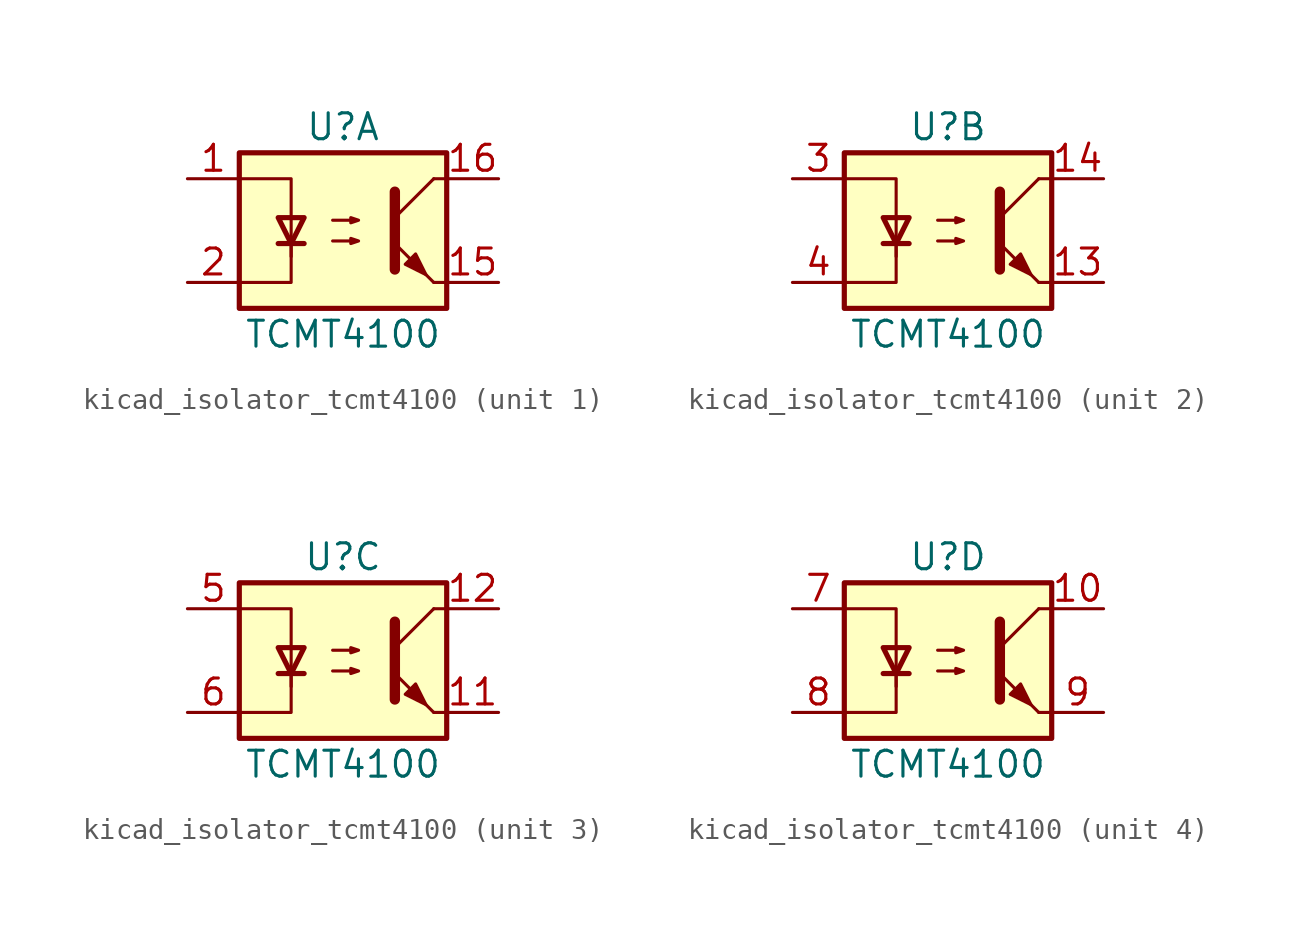
<source format=kicad_sym>
(kicad_symbol_lib
  (version 20220914)
  (generator kicad_symbol_editor)
  (symbol "kicad_isolator_tcmt4100"
    (pin_names
      (offset 1.016))
    (property "Reference" "U"
      (at 0 5.08 0)
      (effects (font (size 1.27 1.27))))
    (property "Value" "TCMT4100"
      (at 0 -5.08 0)
      (effects (font (size 1.27 1.27))))
    (symbol "kicad_isolator_tcmt4100_1_1"
      (rectangle (start -5.08 3.81) (end 5.08 -3.81) (stroke (width 0.254) (type default)) (fill (type background)))
      (polyline (pts (xy -3.175 -0.635) (xy -1.905 -0.635)) (stroke (width 0.254) (type default)) (fill (type none)))
      (polyline (pts (xy 2.54 0.635) (xy 4.445 2.54)) (stroke (width 0) (type default)) (fill (type none)))
      (polyline (pts (xy 4.445 -2.54) (xy 2.54 -0.635)) (stroke (width 0) (type default)) (fill (type outline)))
      (polyline (pts (xy 4.445 -2.54) (xy 5.08 -2.54)) (stroke (width 0) (type default)) (fill (type none)))
      (polyline (pts (xy 4.445 2.54) (xy 5.08 2.54)) (stroke (width 0) (type default)) (fill (type none)))
      (polyline (pts (xy -2.54 -0.635) (xy -2.54 -2.54) (xy -5.08 -2.54)) (stroke (width 0) (type default)) (fill (type none)))
      (polyline (pts (xy 2.54 1.905) (xy 2.54 -1.905) (xy 2.54 -1.905)) (stroke (width 0.508) (type default)) (fill (type none)))
      (polyline (pts (xy -5.08 2.54) (xy -2.54 2.54) (xy -2.54 -1.27) (xy -2.54 0.635)) (stroke (width 0) (type default)) (fill (type none)))
      (polyline (pts (xy -2.54 -0.635) (xy -3.175 0.635) (xy -1.905 0.635) (xy -2.54 -0.635)) (stroke (width 0.254) (type default)) (fill (type none)))
      (polyline (pts (xy -0.508 -0.508) (xy 0.762 -0.508) (xy 0.381 -0.635) (xy 0.381 -0.381) (xy 0.762 -0.508)) (stroke (width 0) (type default)) (fill (type none)))
      (polyline (pts (xy -0.508 0.508) (xy 0.762 0.508) (xy 0.381 0.381) (xy 0.381 0.635) (xy 0.762 0.508)) (stroke (width 0) (type default)) (fill (type none)))
      (polyline (pts (xy 3.048 -1.651) (xy 3.556 -1.143) (xy 4.064 -2.159) (xy 3.048 -1.651) (xy 3.048 -1.651)) (stroke (width 0) (type default)) (fill (type outline)))
      (pin passive line (at -7.62 2.54 0) (length 2.54) (name "~" (effects (font (size 1.27 1.27)))) (number "1" (effects (font (size 1.27 1.27)))))
      (pin passive line (at 7.62 -2.54 180) (length 2.54) (name "~" (effects (font (size 1.27 1.27)))) (number "15" (effects (font (size 1.27 1.27)))))
      (pin passive line (at 7.62 2.54 180) (length 2.54) (name "~" (effects (font (size 1.27 1.27)))) (number "16" (effects (font (size 1.27 1.27)))))
      (pin passive line (at -7.62 -2.54 0) (length 2.54) (name "~" (effects (font (size 1.27 1.27)))) (number "2" (effects (font (size 1.27 1.27))))))
    (symbol "kicad_isolator_tcmt4100_2_1"
      (rectangle (start -5.08 3.81) (end 5.08 -3.81) (stroke (width 0.254) (type default)) (fill (type background)))
      (polyline (pts (xy -3.175 -0.635) (xy -1.905 -0.635)) (stroke (width 0.254) (type default)) (fill (type none)))
      (polyline (pts (xy 2.54 0.635) (xy 4.445 2.54)) (stroke (width 0) (type default)) (fill (type none)))
      (polyline (pts (xy 4.445 -2.54) (xy 2.54 -0.635)) (stroke (width 0) (type default)) (fill (type outline)))
      (polyline (pts (xy 4.445 -2.54) (xy 5.08 -2.54)) (stroke (width 0) (type default)) (fill (type none)))
      (polyline (pts (xy 4.445 2.54) (xy 5.08 2.54)) (stroke (width 0) (type default)) (fill (type none)))
      (polyline (pts (xy -2.54 -0.635) (xy -2.54 -2.54) (xy -5.08 -2.54)) (stroke (width 0) (type default)) (fill (type none)))
      (polyline (pts (xy 2.54 1.905) (xy 2.54 -1.905) (xy 2.54 -1.905)) (stroke (width 0.508) (type default)) (fill (type none)))
      (polyline (pts (xy -5.08 2.54) (xy -2.54 2.54) (xy -2.54 -1.27) (xy -2.54 0.635)) (stroke (width 0) (type default)) (fill (type none)))
      (polyline (pts (xy -2.54 -0.635) (xy -3.175 0.635) (xy -1.905 0.635) (xy -2.54 -0.635)) (stroke (width 0.254) (type default)) (fill (type none)))
      (polyline (pts (xy -0.508 -0.508) (xy 0.762 -0.508) (xy 0.381 -0.635) (xy 0.381 -0.381) (xy 0.762 -0.508)) (stroke (width 0) (type default)) (fill (type none)))
      (polyline (pts (xy -0.508 0.508) (xy 0.762 0.508) (xy 0.381 0.381) (xy 0.381 0.635) (xy 0.762 0.508)) (stroke (width 0) (type default)) (fill (type none)))
      (polyline (pts (xy 3.048 -1.651) (xy 3.556 -1.143) (xy 4.064 -2.159) (xy 3.048 -1.651) (xy 3.048 -1.651)) (stroke (width 0) (type default)) (fill (type outline)))
      (pin passive line (at 7.62 -2.54 180) (length 2.54) (name "~" (effects (font (size 1.27 1.27)))) (number "13" (effects (font (size 1.27 1.27)))))
      (pin passive line (at 7.62 2.54 180) (length 2.54) (name "~" (effects (font (size 1.27 1.27)))) (number "14" (effects (font (size 1.27 1.27)))))
      (pin passive line (at -7.62 2.54 0) (length 2.54) (name "~" (effects (font (size 1.27 1.27)))) (number "3" (effects (font (size 1.27 1.27)))))
      (pin passive line (at -7.62 -2.54 0) (length 2.54) (name "~" (effects (font (size 1.27 1.27)))) (number "4" (effects (font (size 1.27 1.27))))))
    (symbol "kicad_isolator_tcmt4100_3_1"
      (rectangle (start -5.08 3.81) (end 5.08 -3.81) (stroke (width 0.254) (type default)) (fill (type background)))
      (polyline (pts (xy -3.175 -0.635) (xy -1.905 -0.635)) (stroke (width 0.254) (type default)) (fill (type none)))
      (polyline (pts (xy 2.54 0.635) (xy 4.445 2.54)) (stroke (width 0) (type default)) (fill (type none)))
      (polyline (pts (xy 4.445 -2.54) (xy 2.54 -0.635)) (stroke (width 0) (type default)) (fill (type outline)))
      (polyline (pts (xy 4.445 -2.54) (xy 5.08 -2.54)) (stroke (width 0) (type default)) (fill (type none)))
      (polyline (pts (xy 4.445 2.54) (xy 5.08 2.54)) (stroke (width 0) (type default)) (fill (type none)))
      (polyline (pts (xy -2.54 -0.635) (xy -2.54 -2.54) (xy -5.08 -2.54)) (stroke (width 0) (type default)) (fill (type none)))
      (polyline (pts (xy 2.54 1.905) (xy 2.54 -1.905) (xy 2.54 -1.905)) (stroke (width 0.508) (type default)) (fill (type none)))
      (polyline (pts (xy -5.08 2.54) (xy -2.54 2.54) (xy -2.54 -1.27) (xy -2.54 0.635)) (stroke (width 0) (type default)) (fill (type none)))
      (polyline (pts (xy -2.54 -0.635) (xy -3.175 0.635) (xy -1.905 0.635) (xy -2.54 -0.635)) (stroke (width 0.254) (type default)) (fill (type none)))
      (polyline (pts (xy -0.508 -0.508) (xy 0.762 -0.508) (xy 0.381 -0.635) (xy 0.381 -0.381) (xy 0.762 -0.508)) (stroke (width 0) (type default)) (fill (type none)))
      (polyline (pts (xy -0.508 0.508) (xy 0.762 0.508) (xy 0.381 0.381) (xy 0.381 0.635) (xy 0.762 0.508)) (stroke (width 0) (type default)) (fill (type none)))
      (polyline (pts (xy 3.048 -1.651) (xy 3.556 -1.143) (xy 4.064 -2.159) (xy 3.048 -1.651) (xy 3.048 -1.651)) (stroke (width 0) (type default)) (fill (type outline)))
      (pin passive line (at 7.62 -2.54 180) (length 2.54) (name "~" (effects (font (size 1.27 1.27)))) (number "11" (effects (font (size 1.27 1.27)))))
      (pin passive line (at 7.62 2.54 180) (length 2.54) (name "~" (effects (font (size 1.27 1.27)))) (number "12" (effects (font (size 1.27 1.27)))))
      (pin passive line (at -7.62 2.54 0) (length 2.54) (name "~" (effects (font (size 1.27 1.27)))) (number "5" (effects (font (size 1.27 1.27)))))
      (pin passive line (at -7.62 -2.54 0) (length 2.54) (name "~" (effects (font (size 1.27 1.27)))) (number "6" (effects (font (size 1.27 1.27))))))
    (symbol "kicad_isolator_tcmt4100_4_1"
      (rectangle (start -5.08 3.81) (end 5.08 -3.81) (stroke (width 0.254) (type default)) (fill (type background)))
      (polyline (pts (xy -3.175 -0.635) (xy -1.905 -0.635)) (stroke (width 0.254) (type default)) (fill (type none)))
      (polyline (pts (xy 2.54 0.635) (xy 4.445 2.54)) (stroke (width 0) (type default)) (fill (type none)))
      (polyline (pts (xy 4.445 -2.54) (xy 2.54 -0.635)) (stroke (width 0) (type default)) (fill (type outline)))
      (polyline (pts (xy 4.445 -2.54) (xy 5.08 -2.54)) (stroke (width 0) (type default)) (fill (type none)))
      (polyline (pts (xy 4.445 2.54) (xy 5.08 2.54)) (stroke (width 0) (type default)) (fill (type none)))
      (polyline (pts (xy -2.54 -0.635) (xy -2.54 -2.54) (xy -5.08 -2.54)) (stroke (width 0) (type default)) (fill (type none)))
      (polyline (pts (xy 2.54 1.905) (xy 2.54 -1.905) (xy 2.54 -1.905)) (stroke (width 0.508) (type default)) (fill (type none)))
      (polyline (pts (xy -5.08 2.54) (xy -2.54 2.54) (xy -2.54 -1.27) (xy -2.54 0.635)) (stroke (width 0) (type default)) (fill (type none)))
      (polyline (pts (xy -2.54 -0.635) (xy -3.175 0.635) (xy -1.905 0.635) (xy -2.54 -0.635)) (stroke (width 0.254) (type default)) (fill (type none)))
      (polyline (pts (xy -0.508 -0.508) (xy 0.762 -0.508) (xy 0.381 -0.635) (xy 0.381 -0.381) (xy 0.762 -0.508)) (stroke (width 0) (type default)) (fill (type none)))
      (polyline (pts (xy -0.508 0.508) (xy 0.762 0.508) (xy 0.381 0.381) (xy 0.381 0.635) (xy 0.762 0.508)) (stroke (width 0) (type default)) (fill (type none)))
      (polyline (pts (xy 3.048 -1.651) (xy 3.556 -1.143) (xy 4.064 -2.159) (xy 3.048 -1.651) (xy 3.048 -1.651)) (stroke (width 0) (type default)) (fill (type outline)))
      (pin passive line (at 7.62 2.54 180) (length 2.54) (name "~" (effects (font (size 1.27 1.27)))) (number "10" (effects (font (size 1.27 1.27)))))
      (pin passive line (at -7.62 2.54 0) (length 2.54) (name "~" (effects (font (size 1.27 1.27)))) (number "7" (effects (font (size 1.27 1.27)))))
      (pin passive line (at -7.62 -2.54 0) (length 2.54) (name "~" (effects (font (size 1.27 1.27)))) (number "8" (effects (font (size 1.27 1.27)))))
      (pin passive line (at 7.62 -2.54 180) (length 2.54) (name "~" (effects (font (size 1.27 1.27)))) (number "9" (effects (font (size 1.27 1.27))))))))
</source>
